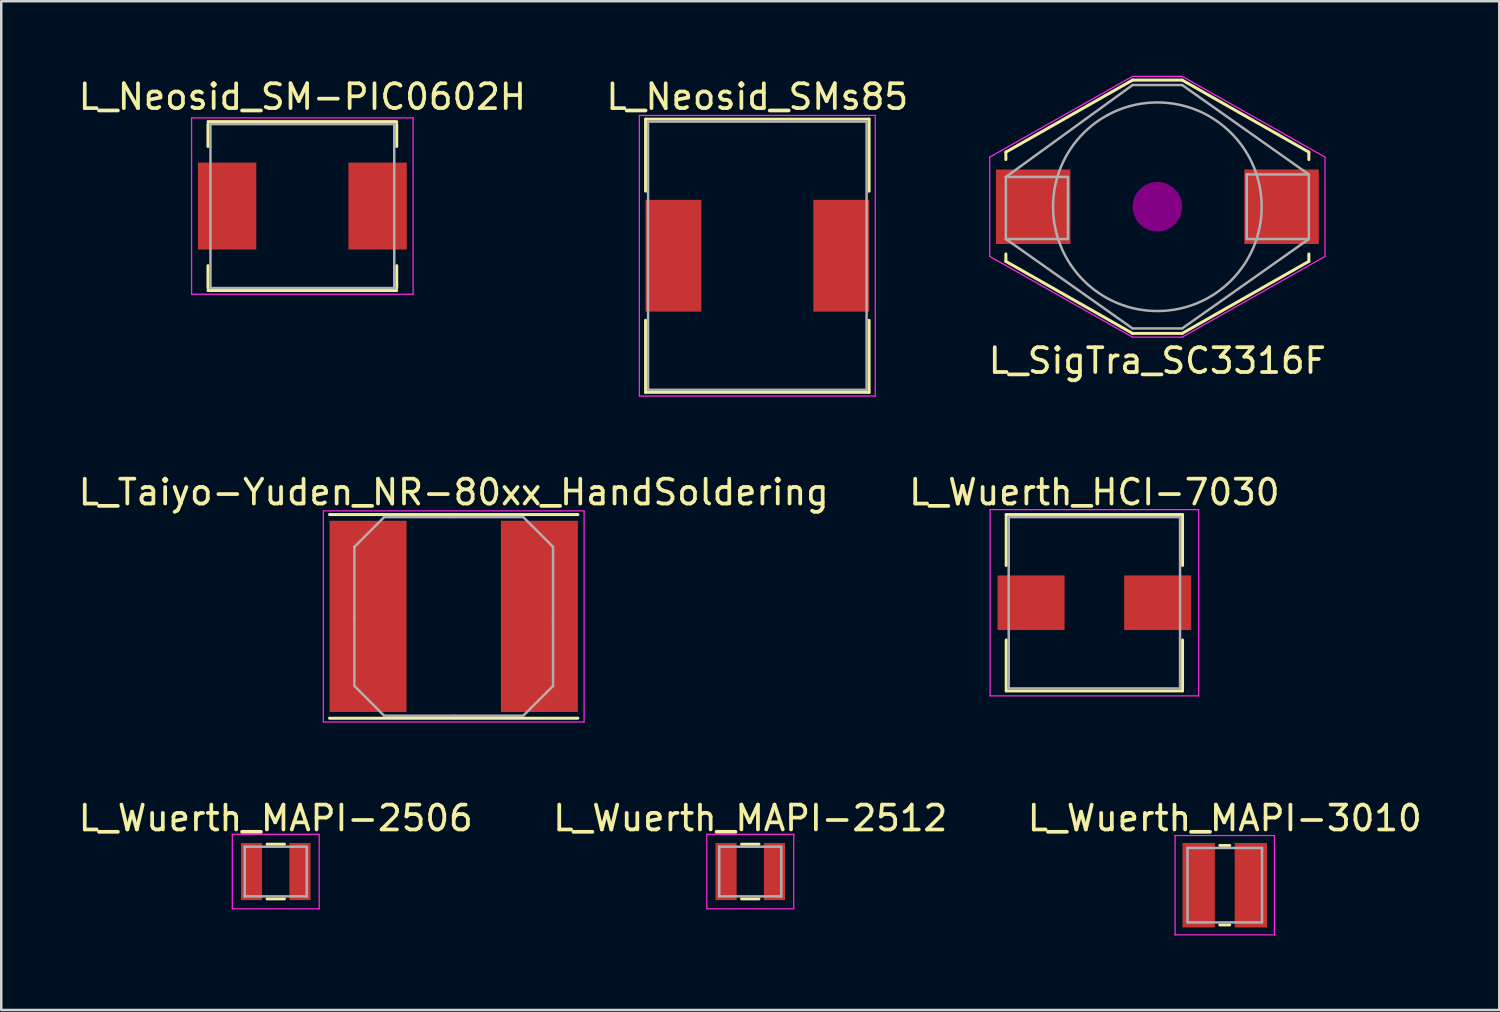
<source format=kicad_pcb>
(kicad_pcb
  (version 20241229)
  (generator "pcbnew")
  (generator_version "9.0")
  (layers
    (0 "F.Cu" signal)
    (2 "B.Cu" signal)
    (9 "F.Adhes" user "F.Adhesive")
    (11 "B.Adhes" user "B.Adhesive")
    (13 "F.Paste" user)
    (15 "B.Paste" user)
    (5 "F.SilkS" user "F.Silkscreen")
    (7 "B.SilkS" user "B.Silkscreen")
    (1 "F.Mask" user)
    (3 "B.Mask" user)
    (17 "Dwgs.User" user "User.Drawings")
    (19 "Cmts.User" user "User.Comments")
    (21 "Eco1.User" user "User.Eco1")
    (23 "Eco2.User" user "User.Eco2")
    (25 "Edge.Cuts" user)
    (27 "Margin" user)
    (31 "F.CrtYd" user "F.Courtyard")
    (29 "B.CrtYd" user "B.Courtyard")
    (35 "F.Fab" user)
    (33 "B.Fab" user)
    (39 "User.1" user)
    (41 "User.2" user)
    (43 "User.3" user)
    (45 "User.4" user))
  (footprint "L_Wuerth_MAPI-2506"
    (layer "F.Cu")
    (at 8.054 32.045)
    (property "Reference" "L_Wuerth_MAPI-2506" (at 0 -2.15 0) (layer "F.SilkS") (effects (font (size 1 1) (thickness 0.15))))
    (attr smd)
    (fp_line (start -0.35 -1.1) (end 0.35 -1.1) (stroke (width 0.12) (type solid)) (layer "F.SilkS"))
    (fp_line (start -0.35 1.1) (end 0.35 1.1) (stroke (width 0.12) (type solid)) (layer "F.SilkS"))
    (fp_line (start -1.75 -1.5) (end -1.75 1.5) (stroke (width 0.05) (type solid)) (layer "F.CrtYd"))
    (fp_line (start -1.75 1.5) (end 1.75 1.5) (stroke (width 0.05) (type solid)) (layer "F.CrtYd"))
    (fp_line (start 1.75 -1.5) (end -1.75 -1.5) (stroke (width 0.05) (type solid)) (layer "F.CrtYd"))
    (fp_line (start 1.75 1.5) (end 1.75 -1.5) (stroke (width 0.05) (type solid)) (layer "F.CrtYd"))
    (fp_line (start -1.25 -1) (end -1.25 1) (stroke (width 0.1) (type solid)) (layer "F.Fab"))
    (fp_line (start -1.25 1) (end 1.25 1) (stroke (width 0.1) (type solid)) (layer "F.Fab"))
    (fp_line (start 1.25 -1) (end -1.25 -1) (stroke (width 0.1) (type solid)) (layer "F.Fab"))
    (fp_line (start 1.25 1) (end 1.25 -1) (stroke (width 0.1) (type solid)) (layer "F.Fab"))
    (pad "1" smd rect (at -0.975 0) (size 0.85 2.3) (layers "F.Cu" "F.Mask" "F.Paste"))
    (pad "2" smd rect (at 0.975 0) (size 0.85 2.3) (layers "F.Cu" "F.Mask" "F.Paste")))
  (footprint "L_Wuerth_MAPI-3010"
    (layer "F.Cu")
    (at 46.268 32.595)
    (property "Reference" "L_Wuerth_MAPI-3010" (at 0 -2.7 0) (layer "F.SilkS") (effects (font (size 1 1) (thickness 0.15))))
    (attr smd)
    (fp_line (start -0.2 -1.6) (end 0.2 -1.6) (stroke (width 0.12) (type solid)) (layer "F.SilkS"))
    (fp_line (start -0.2 1.6) (end 0.2 1.6) (stroke (width 0.12) (type solid)) (layer "F.SilkS"))
    (fp_line (start -2 -2) (end -2 2) (stroke (width 0.05) (type solid)) (layer "F.CrtYd"))
    (fp_line (start -2 2) (end 2 2) (stroke (width 0.05) (type solid)) (layer "F.CrtYd"))
    (fp_line (start 2 -2) (end -2 -2) (stroke (width 0.05) (type solid)) (layer "F.CrtYd"))
    (fp_line (start 2 2) (end 2 -2) (stroke (width 0.05) (type solid)) (layer "F.CrtYd"))
    (fp_line (start -1.5 -1.5) (end -1.5 1.5) (stroke (width 0.1) (type solid)) (layer "F.Fab"))
    (fp_line (start -1.5 1.5) (end 1.5 1.5) (stroke (width 0.1) (type solid)) (layer "F.Fab"))
    (fp_line (start 1.5 -1.5) (end -1.5 -1.5) (stroke (width 0.1) (type solid)) (layer "F.Fab"))
    (fp_line (start 1.5 1.5) (end 1.5 -1.5) (stroke (width 0.1) (type solid)) (layer "F.Fab"))
    (pad "1" smd rect (at -1.05 0) (size 1.3 3.4) (layers "F.Cu" "F.Mask" "F.Paste"))
    (pad "2" smd rect (at 1.05 0) (size 1.3 3.4) (layers "F.Cu" "F.Mask" "F.Paste")))
  (footprint "L_Wuerth_HCI-7030"
    (layer "F.Cu")
    (at 41.018 21.221)
    (property "Reference" "L_Wuerth_HCI-7030" (at 0 -4.45 0) (layer "F.SilkS") (effects (font (size 1 1) (thickness 0.15))))
    (attr smd)
    (fp_line (start -3.55 -3.55) (end 3.55 -3.55) (stroke (width 0.12) (type solid)) (layer "F.SilkS"))
    (fp_line (start -3.55 -1.5) (end -3.55 -3.55) (stroke (width 0.12) (type solid)) (layer "F.SilkS"))
    (fp_line (start -3.55 1.5) (end -3.55 3.55) (stroke (width 0.12) (type solid)) (layer "F.SilkS"))
    (fp_line (start -3.55 3.55) (end 3.55 3.55) (stroke (width 0.12) (type solid)) (layer "F.SilkS"))
    (fp_line (start 3.55 -3.55) (end 3.55 -1.5) (stroke (width 0.12) (type solid)) (layer "F.SilkS"))
    (fp_line (start 3.55 3.55) (end 3.55 1.5) (stroke (width 0.12) (type solid)) (layer "F.SilkS"))
    (fp_line (start -4.2 -3.75) (end -4.2 3.75) (stroke (width 0.05) (type solid)) (layer "F.CrtYd"))
    (fp_line (start -4.2 3.75) (end 4.2 3.75) (stroke (width 0.05) (type solid)) (layer "F.CrtYd"))
    (fp_line (start 4.2 -3.75) (end -4.2 -3.75) (stroke (width 0.05) (type solid)) (layer "F.CrtYd"))
    (fp_line (start 4.2 3.75) (end 4.2 -3.75) (stroke (width 0.05) (type solid)) (layer "F.CrtYd"))
    (fp_line (start -3.45 -3.45) (end -3.45 3.45) (stroke (width 0.1) (type solid)) (layer "F.Fab"))
    (fp_line (start -3.45 3.45) (end 3.45 3.45) (stroke (width 0.1) (type solid)) (layer "F.Fab"))
    (fp_line (start 3.45 -3.45) (end -3.45 -3.45) (stroke (width 0.1) (type solid)) (layer "F.Fab"))
    (fp_line (start 3.45 3.45) (end 3.45 -3.45) (stroke (width 0.1) (type solid)) (layer "F.Fab"))
    (pad "1" smd rect (at -2.55 0) (size 2.7 2.2) (layers "F.Cu" "F.Mask" "F.Paste"))
    (pad "2" smd rect (at 2.55 0) (size 2.7 2.2) (layers "F.Cu" "F.Mask" "F.Paste")))
  (footprint "L_Neosid_SM-PIC0602H"
    (layer "F.Cu")
    (at 9.125 5.248)
    (property "Reference" "L_Neosid_SM-PIC0602H" (at 0 -4.4 0) (layer "F.SilkS") (effects (font (size 1 1) (thickness 0.15))))
    (attr smd)
    (fp_line (start -3.8 -3.3) (end -3.8 -2.4) (stroke (width 0.12) (type solid)) (layer "F.SilkS"))
    (fp_line (start -3.8 2.4) (end -3.8 3.3) (stroke (width 0.12) (type solid)) (layer "F.SilkS"))
    (fp_line (start -3.8 3.4) (end 3.8 3.4) (stroke (width 0.12) (type solid)) (layer "F.SilkS"))
    (fp_line (start 3.8 -3.4) (end -3.8 -3.4) (stroke (width 0.12) (type solid)) (layer "F.SilkS"))
    (fp_line (start 3.8 -2.4) (end 3.8 -3.3) (stroke (width 0.12) (type solid)) (layer "F.SilkS"))
    (fp_line (start 3.8 3.3) (end 3.8 2.4) (stroke (width 0.12) (type solid)) (layer "F.SilkS"))
    (fp_line (start -4.46 -3.55) (end -4.46 3.55) (stroke (width 0.05) (type solid)) (layer "F.CrtYd"))
    (fp_line (start -4.46 -3.55) (end 4.46 -3.55) (stroke (width 0.05) (type solid)) (layer "F.CrtYd"))
    (fp_line (start 4.46 3.55) (end -4.46 3.55) (stroke (width 0.05) (type solid)) (layer "F.CrtYd"))
    (fp_line (start 4.46 3.55) (end 4.46 -3.55) (stroke (width 0.05) (type solid)) (layer "F.CrtYd"))
    (fp_line (start -3.7 -3.3) (end -3.7 3.3) (stroke (width 0.1) (type solid)) (layer "F.Fab"))
    (fp_line (start -3.7 3.3) (end 3.7 3.3) (stroke (width 0.1) (type solid)) (layer "F.Fab"))
    (fp_line (start 3.7 -3.3) (end -3.7 -3.3) (stroke (width 0.1) (type solid)) (layer "F.Fab"))
    (fp_line (start 3.7 3.3) (end 3.7 -3.3) (stroke (width 0.1) (type solid)) (layer "F.Fab"))
    (pad "1" smd rect (at -3.03 0) (size 2.35 3.5) (layers "F.Cu" "F.Mask" "F.Paste"))
    (pad "2" smd rect (at 3.03 0) (size 2.35 3.5) (layers "F.Cu" "F.Mask" "F.Paste")))
  (footprint "L_Neosid_SMs85"
    (layer "F.Cu")
    (at 27.446 7.248)
    (property "Reference" "L_Neosid_SMs85" (at 0 -6.4 0) (layer "F.SilkS") (effects (font (size 1 1) (thickness 0.15))))
    (attr smd)
    (fp_line (start -4.5 -5.5) (end 4.5 -5.5) (stroke (width 0.12) (type solid)) (layer "F.SilkS"))
    (fp_line (start -4.5 -2.6) (end -4.5 -5.5) (stroke (width 0.12) (type solid)) (layer "F.SilkS"))
    (fp_line (start -4.5 5.5) (end -4.5 2.6) (stroke (width 0.12) (type solid)) (layer "F.SilkS"))
    (fp_line (start 4.5 -5.5) (end 4.5 -2.6) (stroke (width 0.12) (type solid)) (layer "F.SilkS"))
    (fp_line (start 4.5 2.6) (end 4.5 5.5) (stroke (width 0.12) (type solid)) (layer "F.SilkS"))
    (fp_line (start 4.5 5.5) (end -4.5 5.5) (stroke (width 0.12) (type solid)) (layer "F.SilkS"))
    (fp_line (start -4.75 -5.65) (end -4.75 5.65) (stroke (width 0.05) (type solid)) (layer "F.CrtYd"))
    (fp_line (start -4.75 -5.65) (end 4.75 -5.65) (stroke (width 0.05) (type solid)) (layer "F.CrtYd"))
    (fp_line (start 4.75 5.65) (end -4.75 5.65) (stroke (width 0.05) (type solid)) (layer "F.CrtYd"))
    (fp_line (start 4.75 5.65) (end 4.75 -5.65) (stroke (width 0.05) (type solid)) (layer "F.CrtYd"))
    (fp_line (start -4.4 -5.4) (end 4.4 -5.4) (stroke (width 0.1) (type solid)) (layer "F.Fab"))
    (fp_line (start -4.4 5.4) (end -4.4 -5.4) (stroke (width 0.1) (type solid)) (layer "F.Fab"))
    (fp_line (start 4.4 -5.4) (end 4.4 5.4) (stroke (width 0.1) (type solid)) (layer "F.Fab"))
    (fp_line (start 4.4 5.4) (end -4.4 5.4) (stroke (width 0.1) (type solid)) (layer "F.Fab"))
    (pad "1" smd rect (at -3.38 0) (size 2.25 4.5) (layers "F.Cu" "F.Mask" "F.Paste"))
    (pad "2" smd rect (at 3.38 0) (size 2.25 4.5) (layers "F.Cu" "F.Mask" "F.Paste")))
  (footprint "L_Taiyo-Yuden_NR-80xx_HandSoldering"
    (layer "F.Cu")
    (at 15.22 21.771)
    (property "Reference" "L_Taiyo-Yuden_NR-80xx_HandSoldering" (at 0 -5 0) (layer "F.SilkS") (effects (font (size 1 1) (thickness 0.15))))
    (attr smd)
    (fp_line (start -5 -4.1) (end 5 -4.1) (stroke (width 0.12) (type solid)) (layer "F.SilkS"))
    (fp_line (start -5 4.1) (end 5 4.1) (stroke (width 0.12) (type solid)) (layer "F.SilkS"))
    (fp_line (start -5.25 -4.25) (end -5.25 4.25) (stroke (width 0.05) (type solid)) (layer "F.CrtYd"))
    (fp_line (start -5.25 4.25) (end 5.25 4.25) (stroke (width 0.05) (type solid)) (layer "F.CrtYd"))
    (fp_line (start 5.25 -4.25) (end -5.25 -4.25) (stroke (width 0.05) (type solid)) (layer "F.CrtYd"))
    (fp_line (start 5.25 4.25) (end 5.25 -4.25) (stroke (width 0.05) (type solid)) (layer "F.CrtYd"))
    (fp_line (start -4 -2.8) (end -2.8 -4) (stroke (width 0.1) (type solid)) (layer "F.Fab"))
    (fp_line (start -4 0) (end -4 -2.8) (stroke (width 0.1) (type solid)) (layer "F.Fab"))
    (fp_line (start -4 0) (end -4 2.8) (stroke (width 0.1) (type solid)) (layer "F.Fab"))
    (fp_line (start -4 2.8) (end -2.8 4) (stroke (width 0.1) (type solid)) (layer "F.Fab"))
    (fp_line (start -2.8 -4) (end 0 -4) (stroke (width 0.1) (type solid)) (layer "F.Fab"))
    (fp_line (start -2.8 4) (end 0 4) (stroke (width 0.1) (type solid)) (layer "F.Fab"))
    (fp_line (start 2.8 -4) (end 0 -4) (stroke (width 0.1) (type solid)) (layer "F.Fab"))
    (fp_line (start 2.8 4) (end 0 4) (stroke (width 0.1) (type solid)) (layer "F.Fab"))
    (fp_line (start 4 -2.8) (end 2.8 -4) (stroke (width 0.1) (type solid)) (layer "F.Fab"))
    (fp_line (start 4 0) (end 4 -2.8) (stroke (width 0.1) (type solid)) (layer "F.Fab"))
    (fp_line (start 4 0) (end 4 2.8) (stroke (width 0.1) (type solid)) (layer "F.Fab"))
    (fp_line (start 4 2.8) (end 2.8 4) (stroke (width 0.1) (type solid)) (layer "F.Fab"))
    (pad "1" smd rect (at -3.45 0) (size 3.1 7.7) (layers "F.Cu" "F.Mask" "F.Paste"))
    (pad "2" smd rect (at 3.45 0) (size 3.1 7.7) (layers "F.Cu" "F.Mask" "F.Paste")))
  (footprint "L_Wuerth_MAPI-2512"
    (layer "F.Cu")
    (at 27.161 32.045)
    (property "Reference" "L_Wuerth_MAPI-2512" (at 0 -2.15 0) (layer "F.SilkS") (effects (font (size 1 1) (thickness 0.15))))
    (attr smd)
    (fp_line (start -0.35 -1.1) (end 0.35 -1.1) (stroke (width 0.12) (type solid)) (layer "F.SilkS"))
    (fp_line (start -0.35 1.1) (end 0.35 1.1) (stroke (width 0.12) (type solid)) (layer "F.SilkS"))
    (fp_line (start -1.75 -1.5) (end -1.75 1.5) (stroke (width 0.05) (type solid)) (layer "F.CrtYd"))
    (fp_line (start -1.75 1.5) (end 1.75 1.5) (stroke (width 0.05) (type solid)) (layer "F.CrtYd"))
    (fp_line (start 1.75 -1.5) (end -1.75 -1.5) (stroke (width 0.05) (type solid)) (layer "F.CrtYd"))
    (fp_line (start 1.75 1.5) (end 1.75 -1.5) (stroke (width 0.05) (type solid)) (layer "F.CrtYd"))
    (fp_line (start -1.25 -1) (end -1.25 1) (stroke (width 0.1) (type solid)) (layer "F.Fab"))
    (fp_line (start -1.25 1) (end 1.25 1) (stroke (width 0.1) (type solid)) (layer "F.Fab"))
    (fp_line (start 1.25 -1) (end -1.25 -1) (stroke (width 0.1) (type solid)) (layer "F.Fab"))
    (fp_line (start 1.25 1) (end 1.25 -1) (stroke (width 0.1) (type solid)) (layer "F.Fab"))
    (pad "1" smd rect (at -0.975 0) (size 0.85 2.3) (layers "F.Cu" "F.Mask" "F.Paste"))
    (pad "2" smd rect (at 0.975 0) (size 0.85 2.3) (layers "F.Cu" "F.Mask" "F.Paste")))
  (footprint "L_SigTra_SC3316F"
    (layer "F.Cu")
    (at 43.554 5.275)
    (property "Reference" "L_SigTra_SC3316F" (at 0 6.2 0) (layer "F.SilkS") (effects (font (size 1 1) (thickness 0.15))))
    (attr smd)
    (fp_line (start -6.1 -2.2) (end -1 -5.1) (stroke (width 0.12) (type solid)) (layer "F.SilkS"))
    (fp_line (start -6.1 -1.9) (end -6.1 -2.2) (stroke (width 0.12) (type solid)) (layer "F.SilkS"))
    (fp_line (start -6.1 1.9) (end -6.1 2.2) (stroke (width 0.12) (type solid)) (layer "F.SilkS"))
    (fp_line (start -6.1 2.2) (end -1 5.1) (stroke (width 0.12) (type solid)) (layer "F.SilkS"))
    (fp_line (start 1 -5.1) (end -1 -5.1) (stroke (width 0.12) (type solid)) (layer "F.SilkS"))
    (fp_line (start 1 5.1) (end -1 5.1) (stroke (width 0.12) (type solid)) (layer "F.SilkS"))
    (fp_line (start 6.1 -2.2) (end 1 -5.1) (stroke (width 0.12) (type solid)) (layer "F.SilkS"))
    (fp_line (start 6.1 -1.9) (end 6.1 -2.2) (stroke (width 0.12) (type solid)) (layer "F.SilkS"))
    (fp_line (start 6.1 1.9) (end 6.1 2.2) (stroke (width 0.12) (type solid)) (layer "F.SilkS"))
    (fp_line (start 6.1 2.2) (end 1 5.1) (stroke (width 0.12) (type solid)) (layer "F.SilkS"))
    (fp_circle (center 0 0) (end 0.5 0) (stroke (width 1) (type solid)) (fill no) (layer "F.Adhes"))
    (fp_line (start -6.75 -2) (end -6.75 2) (stroke (width 0.05) (type solid)) (layer "F.CrtYd"))
    (fp_line (start -6.75 2) (end -1 5.25) (stroke (width 0.05) (type solid)) (layer "F.CrtYd"))
    (fp_line (start -1 -5.25) (end -6.75 -2) (stroke (width 0.05) (type solid)) (layer "F.CrtYd"))
    (fp_line (start -1 -5.25) (end 1 -5.25) (stroke (width 0.05) (type solid)) (layer "F.CrtYd"))
    (fp_line (start -1 5.25) (end 1 5.25) (stroke (width 0.05) (type solid)) (layer "F.CrtYd"))
    (fp_line (start 1 -5.25) (end 6.75 -2) (stroke (width 0.05) (type solid)) (layer "F.CrtYd"))
    (fp_line (start 1 5.25) (end 6.75 2) (stroke (width 0.05) (type solid)) (layer "F.CrtYd"))
    (fp_line (start 6.75 2) (end 6.75 -2) (stroke (width 0.05) (type solid)) (layer "F.CrtYd"))
    (fp_line (start -6.1 -1.2) (end -3.6 -1.2) (stroke (width 0.1) (type solid)) (layer "F.Fab"))
    (fp_line (start -6.1 1.3) (end -6.1 -1.2) (stroke (width 0.1) (type solid)) (layer "F.Fab"))
    (fp_line (start -3.6 -1.2) (end -3.6 0) (stroke (width 0.1) (type solid)) (layer "F.Fab"))
    (fp_line (start -3.6 0) (end -3.6 1.3) (stroke (width 0.1) (type solid)) (layer "F.Fab"))
    (fp_line (start -3.6 1.3) (end -6.1 1.3) (stroke (width 0.1) (type solid)) (layer "F.Fab"))
    (fp_line (start -1 -4.9) (end -6.1 -1.2) (stroke (width 0.1) (type solid)) (layer "F.Fab"))
    (fp_line (start -1 4.9) (end -6.1 1.3) (stroke (width 0.1) (type solid)) (layer "F.Fab"))
    (fp_line (start 1 -4.9) (end -1 -4.9) (stroke (width 0.1) (type solid)) (layer "F.Fab"))
    (fp_line (start 1 -4.9) (end 6.1 -1.3) (stroke (width 0.1) (type solid)) (layer "F.Fab"))
    (fp_line (start 1 4.9) (end -1 4.9) (stroke (width 0.1) (type solid)) (layer "F.Fab"))
    (fp_line (start 3.6 -1.3) (end 6.1 -1.3) (stroke (width 0.1) (type solid)) (layer "F.Fab"))
    (fp_line (start 3.6 1.3) (end 3.6 -1.3) (stroke (width 0.1) (type solid)) (layer "F.Fab"))
    (fp_line (start 6.1 -1.3) (end 6.1 1.3) (stroke (width 0.1) (type solid)) (layer "F.Fab"))
    (fp_line (start 6.1 1.3) (end 1 4.9) (stroke (width 0.1) (type solid)) (layer "F.Fab"))
    (fp_line (start 6.1 1.3) (end 3.6 1.3) (stroke (width 0.1) (type solid)) (layer "F.Fab"))
    (fp_circle (center 0 0) (end 4.2 0) (stroke (width 0.1) (type solid)) (fill no) (layer "F.Fab"))
    (pad "1" smd rect (at -5 0) (size 3 3) (layers "F.Cu" "F.Mask" "F.Paste"))
    (pad "2" smd rect (at 5 0) (size 3 3) (layers "F.Cu" "F.Mask" "F.Paste")))
  (gr_rect
    (start -3 -3)
    (end 57.321 37.62)
    (stroke (width 0.1) (type default))
    (fill no)
    (layer "Edge.Cuts")))
</source>
